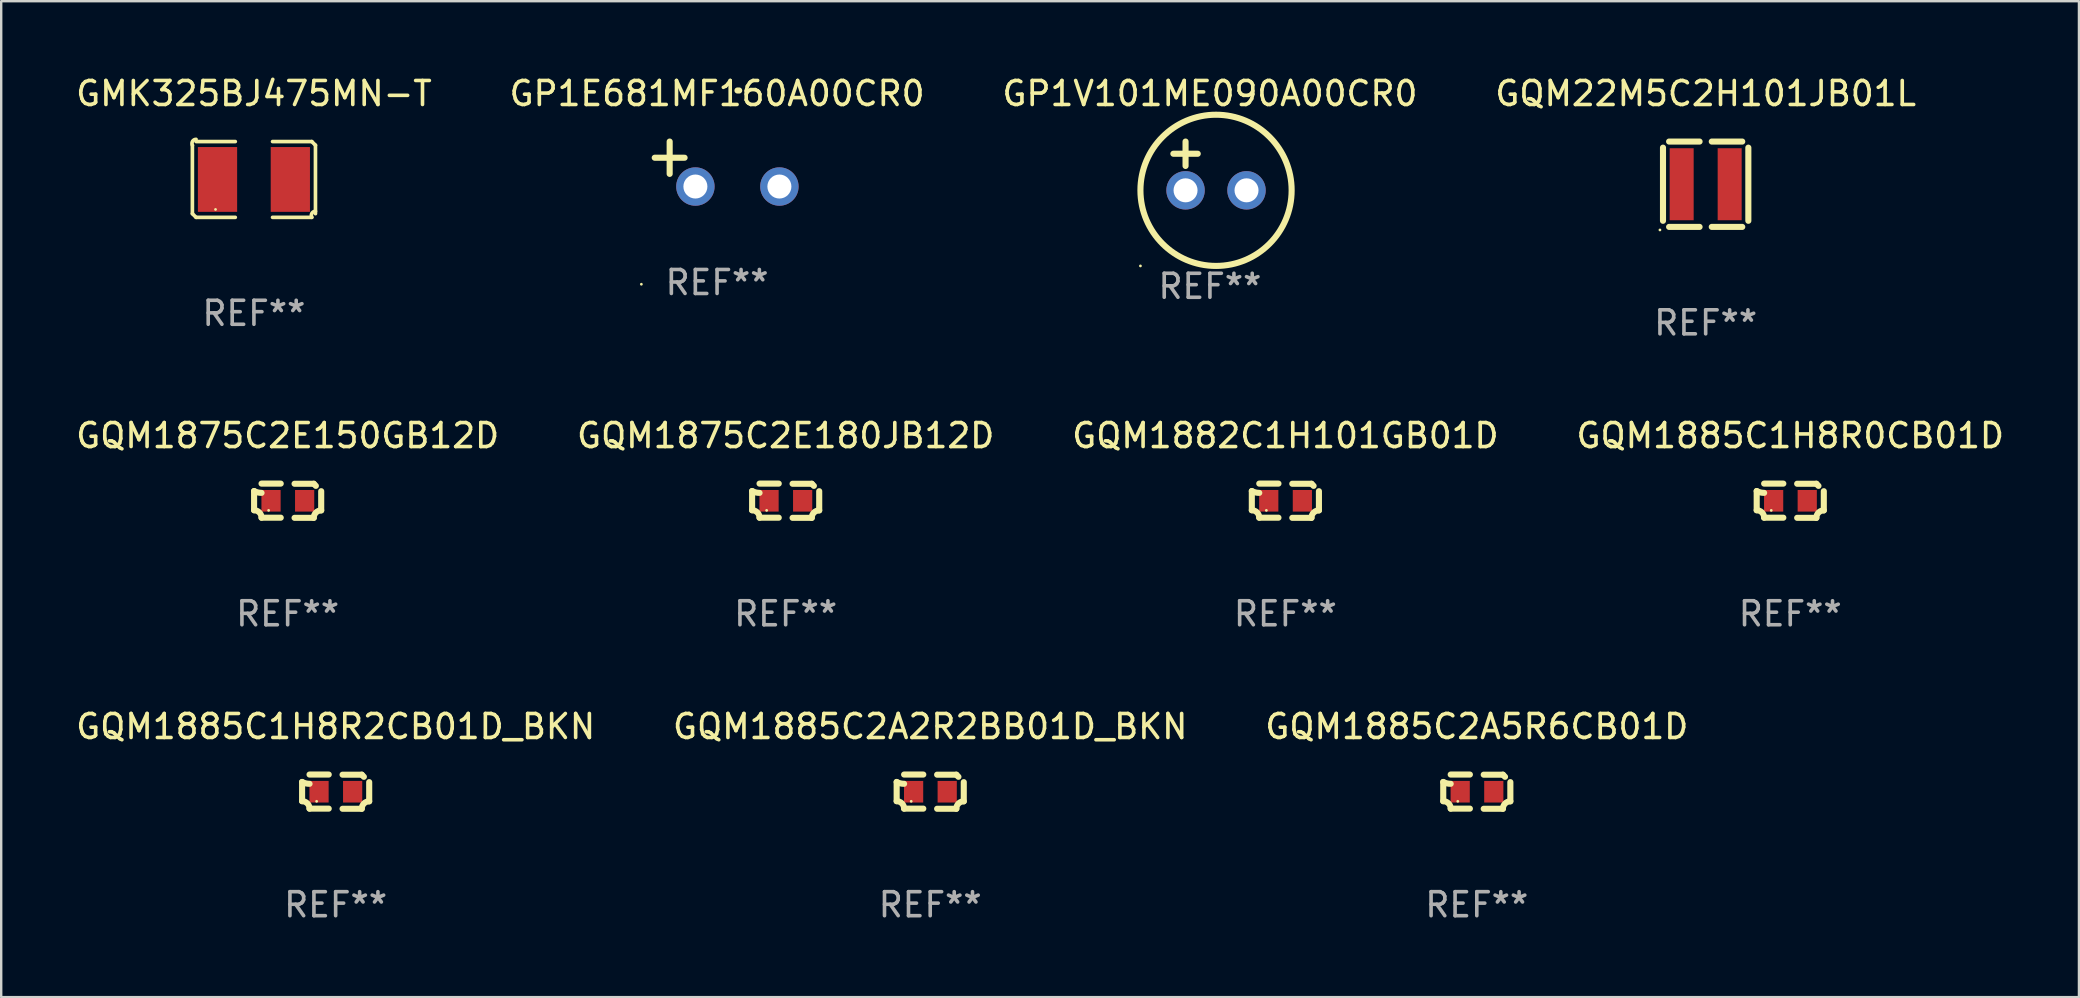
<source format=kicad_pcb>
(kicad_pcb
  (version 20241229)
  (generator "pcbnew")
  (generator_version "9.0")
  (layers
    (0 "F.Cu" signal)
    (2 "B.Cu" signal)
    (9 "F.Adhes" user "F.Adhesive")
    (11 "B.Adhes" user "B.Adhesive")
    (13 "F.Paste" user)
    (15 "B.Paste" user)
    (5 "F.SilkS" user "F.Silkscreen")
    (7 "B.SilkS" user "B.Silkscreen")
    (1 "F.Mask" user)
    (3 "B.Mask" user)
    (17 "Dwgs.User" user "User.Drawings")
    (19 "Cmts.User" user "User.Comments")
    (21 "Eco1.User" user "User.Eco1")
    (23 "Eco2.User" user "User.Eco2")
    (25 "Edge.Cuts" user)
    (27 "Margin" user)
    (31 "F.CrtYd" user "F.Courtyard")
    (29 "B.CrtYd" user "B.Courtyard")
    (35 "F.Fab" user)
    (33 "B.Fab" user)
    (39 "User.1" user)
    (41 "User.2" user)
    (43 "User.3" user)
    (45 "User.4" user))
  (footprint "GQM22M5C2H101JB01L"
    (layer "F.Cu")
    (at 68.018 4.626)
    (property "Reference" "GQM22M5C2H101JB01L" (at 0 -3.778 0) (layer "F.SilkS") (effects (font (size 1 1) (thickness 0.15))))
    (attr through_hole)
    (fp_line (start -1.778 -1.524) (end -1.778 1.524) (stroke (width 0.254) (type solid)) (layer "F.SilkS"))
    (fp_line (start -1.524 1.778) (end -0.254 1.778) (stroke (width 0.254) (type solid)) (layer "F.SilkS"))
    (fp_line (start -0.254 -1.778) (end -1.524 -1.778) (stroke (width 0.254) (type solid)) (layer "F.SilkS"))
    (fp_line (start 0.254 -1.778) (end 1.524 -1.778) (stroke (width 0.254) (type solid)) (layer "F.SilkS"))
    (fp_line (start 1.524 1.778) (end 0.254 1.778) (stroke (width 0.254) (type solid)) (layer "F.SilkS"))
    (fp_line (start 1.778 -1.524) (end 1.778 1.524) (stroke (width 0.254) (type solid)) (layer "F.SilkS"))
    (fp_circle (center -1.905 1.905) (end -1.875 1.905) (stroke (width 0.06) (type solid)) (fill no) (layer "F.SilkS"))
    (fp_text user "REF**" (at 0 5.778 0) (layer "F.Fab") (effects (font (size 1 1) (thickness 0.15))))
    (pad "1" smd rect (at -1 0) (size 1 3) (layers "F.Cu" "F.Mask" "F.Paste"))
    (pad "2" smd rect (at 1 0) (size 1 3) (layers "F.Cu" "F.Mask" "F.Paste")))
  (footprint "GQM1885C1H8R0CB01D"
    (layer "F.Cu")
    (at 71.542 17.813)
    (property "Reference" "GQM1885C1H8R0CB01D" (at 0 -2.713 0) (layer "F.SilkS") (effects (font (size 1 1) (thickness 0.15))))
    (attr through_hole)
    (fp_line (start -1.398 -0.403) (end -1.398 0.397) (stroke (width 0.254) (type solid)) (layer "F.SilkS"))
    (fp_line (start -0.288 -0.713) (end -1.088 -0.713) (stroke (width 0.254) (type solid)) (layer "F.SilkS"))
    (fp_line (start -0.288 0.707) (end -1.088 0.707) (stroke (width 0.254) (type solid)) (layer "F.SilkS"))
    (fp_line (start 0.288 -0.707) (end 1.088 -0.707) (stroke (width 0.254) (type solid)) (layer "F.SilkS"))
    (fp_line (start 0.288 0.713) (end 1.088 0.713) (stroke (width 0.254) (type solid)) (layer "F.SilkS"))
    (fp_line (start 1.398 -0.397) (end 1.398 0.403) (stroke (width 0.254) (type solid)) (layer "F.SilkS"))
    (fp_arc (start -1.397789 0.397066) (mid -1.178701 0.487826) (end -1.08796 0.706922) (stroke (width 0.254001) (type solid)) (layer "F.SilkS"))
    (fp_arc (start -1.08796 -0.327176) (mid -1.247436 -0.346384) (end -1.39779 -0.402908) (stroke (width 0.254001) (type solid)) (layer "F.SilkS"))
    (fp_arc (start 1.087909 0.712738) (mid 1.178656 0.493655) (end 1.397739 0.402908) (stroke (width 0.254001) (type solid)) (layer "F.SilkS"))
    (fp_arc (start 1.175925 -0.618926) (mid 1.131917 -0.662923) (end 1.08791 -0.706922) (stroke (width 0.254001) (type solid)) (layer "F.SilkS"))
    (fp_circle (center -0.792 0.403) (end -0.762 0.403) (stroke (width 0.06) (type solid)) (fill no) (layer "F.SilkS"))
    (fp_text user "REF**" (at 0 4.713 0) (layer "F.Fab") (effects (font (size 1 1) (thickness 0.15))))
    (pad "1" smd rect (at -0.692 0.003) (size 0.8 0.9) (layers "F.Cu" "F.Mask" "F.Paste"))
    (pad "2" smd rect (at 0.708 0.003) (size 0.8 0.9) (layers "F.Cu" "F.Mask" "F.Paste")))
  (footprint "GQM1885C2A2R2BB01D_BKN"
    (layer "F.Cu")
    (at 35.708 29.935)
    (property "Reference" "GQM1885C2A2R2BB01D_BKN" (at 0 -2.713 0) (layer "F.SilkS") (effects (font (size 1 1) (thickness 0.15))))
    (attr through_hole)
    (fp_line (start -1.398 -0.403) (end -1.398 0.397) (stroke (width 0.254) (type solid)) (layer "F.SilkS"))
    (fp_line (start -0.288 -0.713) (end -1.088 -0.713) (stroke (width 0.254) (type solid)) (layer "F.SilkS"))
    (fp_line (start -0.288 0.707) (end -1.088 0.707) (stroke (width 0.254) (type solid)) (layer "F.SilkS"))
    (fp_line (start 0.288 -0.707) (end 1.088 -0.707) (stroke (width 0.254) (type solid)) (layer "F.SilkS"))
    (fp_line (start 0.288 0.713) (end 1.088 0.713) (stroke (width 0.254) (type solid)) (layer "F.SilkS"))
    (fp_line (start 1.398 -0.397) (end 1.398 0.403) (stroke (width 0.254) (type solid)) (layer "F.SilkS"))
    (fp_arc (start -1.397789 0.397066) (mid -1.178701 0.487826) (end -1.08796 0.706922) (stroke (width 0.254001) (type solid)) (layer "F.SilkS"))
    (fp_arc (start -1.08796 -0.327176) (mid -1.247436 -0.346384) (end -1.39779 -0.402908) (stroke (width 0.254001) (type solid)) (layer "F.SilkS"))
    (fp_arc (start 1.087909 0.712738) (mid 1.178656 0.493655) (end 1.397739 0.402908) (stroke (width 0.254001) (type solid)) (layer "F.SilkS"))
    (fp_arc (start 1.175925 -0.618926) (mid 1.131917 -0.662923) (end 1.08791 -0.706922) (stroke (width 0.254001) (type solid)) (layer "F.SilkS"))
    (fp_circle (center -0.792 0.403) (end -0.762 0.403) (stroke (width 0.06) (type solid)) (fill no) (layer "F.SilkS"))
    (fp_text user "REF**" (at 0 4.713 0) (layer "F.Fab") (effects (font (size 1 1) (thickness 0.15))))
    (pad "1" smd rect (at -0.692 0.003) (size 0.8 0.9) (layers "F.Cu" "F.Mask" "F.Paste"))
    (pad "2" smd rect (at 0.708 0.003) (size 0.8 0.9) (layers "F.Cu" "F.Mask" "F.Paste")))
  (footprint "GQM1882C1H101GB01D"
    (layer "F.Cu")
    (at 50.506 17.813)
    (property "Reference" "GQM1882C1H101GB01D" (at 0 -2.713 0) (layer "F.SilkS") (effects (font (size 1 1) (thickness 0.15))))
    (attr through_hole)
    (fp_line (start -1.398 -0.403) (end -1.398 0.397) (stroke (width 0.254) (type solid)) (layer "F.SilkS"))
    (fp_line (start -0.288 -0.713) (end -1.088 -0.713) (stroke (width 0.254) (type solid)) (layer "F.SilkS"))
    (fp_line (start -0.288 0.707) (end -1.088 0.707) (stroke (width 0.254) (type solid)) (layer "F.SilkS"))
    (fp_line (start 0.288 -0.707) (end 1.088 -0.707) (stroke (width 0.254) (type solid)) (layer "F.SilkS"))
    (fp_line (start 0.288 0.713) (end 1.088 0.713) (stroke (width 0.254) (type solid)) (layer "F.SilkS"))
    (fp_line (start 1.398 -0.397) (end 1.398 0.403) (stroke (width 0.254) (type solid)) (layer "F.SilkS"))
    (fp_arc (start -1.397789 0.397066) (mid -1.178701 0.487826) (end -1.08796 0.706922) (stroke (width 0.254001) (type solid)) (layer "F.SilkS"))
    (fp_arc (start -1.08796 -0.327176) (mid -1.247436 -0.346384) (end -1.39779 -0.402908) (stroke (width 0.254001) (type solid)) (layer "F.SilkS"))
    (fp_arc (start 1.087909 0.712738) (mid 1.178656 0.493655) (end 1.397739 0.402908) (stroke (width 0.254001) (type solid)) (layer "F.SilkS"))
    (fp_arc (start 1.175925 -0.618926) (mid 1.131917 -0.662923) (end 1.08791 -0.706922) (stroke (width 0.254001) (type solid)) (layer "F.SilkS"))
    (fp_circle (center -0.792 0.403) (end -0.762 0.403) (stroke (width 0.06) (type solid)) (fill no) (layer "F.SilkS"))
    (fp_text user "REF**" (at 0 4.713 0) (layer "F.Fab") (effects (font (size 1 1) (thickness 0.15))))
    (pad "1" smd rect (at -0.692 0.003) (size 0.8 0.9) (layers "F.Cu" "F.Mask" "F.Paste"))
    (pad "2" smd rect (at 0.708 0.003) (size 0.8 0.9) (layers "F.Cu" "F.Mask" "F.Paste")))
  (footprint "GP1E681MF160A00CR0"
    (layer "F.Cu")
    (at 26.827 3.785)
    (property "Reference" "GP1E681MF160A00CR0" (at 0 -2.937 0) (layer "F.SilkS") (effects (font (size 1 1) (thickness 0.15))))
    (attr through_hole)
    (fp_line (start -1.975 0.41) (end -1.975 -0.937) (stroke (width 0.254) (type solid)) (layer "F.SilkS"))
    (fp_line (start -1.353 -0.263) (end -2.597 -0.263) (stroke (width 0.254) (type solid)) (layer "F.SilkS"))
    (fp_arc (start 0.849809 -3.063957) (mid 0.885369 -3.064114) (end 0.920929 -3.063957) (stroke (width 0.254001) (type solid)) (layer "F.SilkS"))
    (fp_circle (center -3.154 5.008) (end -3.124 5.008) (stroke (width 0.06) (type solid)) (fill no) (layer "F.SilkS"))
    (fp_text user "REF**" (at 0 4.937 0) (layer "F.Fab") (effects (font (size 1 1) (thickness 0.15))))
    (pad "1" thru_hole circle (at -0.903 0.937) (size 1.6 1.6) (drill 1) (layers "*.Cu" "*.Mask"))
    (pad "2" thru_hole circle (at 2.597 0.937) (size 1.6 1.6) (drill 1) (layers "*.Cu" "*.Mask")))
  (footprint "GMK325BJ475MN-T"
    (layer "F.Cu")
    (at 7.53 4.427)
    (property "Reference" "GMK325BJ475MN-T" (at 0 -3.579 0) (layer "F.SilkS") (effects (font (size 1 1) (thickness 0.15))))
    (attr through_hole)
    (fp_line (start -2.564 1.426) (end -2.564 -1.426) (stroke (width 0.152) (type solid)) (layer "F.SilkS"))
    (fp_line (start -2.411 -1.579) (end -0.776 -1.579) (stroke (width 0.152) (type solid)) (layer "F.SilkS"))
    (fp_line (start -0.776 1.579) (end -2.411 1.579) (stroke (width 0.152) (type solid)) (layer "F.SilkS"))
    (fp_line (start 0.776 1.579) (end 2.411 1.579) (stroke (width 0.152) (type solid)) (layer "F.SilkS"))
    (fp_line (start 2.411 -1.579) (end 0.776 -1.579) (stroke (width 0.152) (type solid)) (layer "F.SilkS"))
    (fp_line (start 2.564 1.426) (end 2.564 -1.426) (stroke (width 0.152) (type solid)) (layer "F.SilkS"))
    (fp_arc (start -2.563602 -1.426213) (mid -2.555597 -1.591233) (end -2.411201 -1.671518) (stroke (width 0.1524) (type solid)) (layer "F.SilkS"))
    (fp_arc (start -2.5636 1.426214) (mid -2.487389 1.502402) (end -2.411201 1.578613) (stroke (width 0.1524) (type solid)) (layer "F.SilkS"))
    (fp_arc (start 2.411197 -1.578618) (mid 2.487403 -1.502419) (end 2.563602 -1.426213) (stroke (width 0.1524) (type solid)) (layer "F.SilkS"))
    (fp_arc (start 2.411201 1.578613) (mid 2.416214 1.409455) (end 2.563602 1.32629) (stroke (width 0.1524) (type solid)) (layer "F.SilkS"))
    (fp_circle (center -1.6 1.25) (end -1.57 1.25) (stroke (width 0.06) (type solid)) (fill no) (layer "F.SilkS"))
    (fp_text user "REF**" (at 0 5.579 0) (layer "F.Fab") (effects (font (size 1 1) (thickness 0.15))))
    (pad "1" smd rect (at -1.517 0) (size 1.635 2.7) (layers "F.Cu" "F.Mask" "F.Paste"))
    (pad "2" smd rect (at 1.517 0) (size 1.635 2.7) (layers "F.Cu" "F.Mask" "F.Paste")))
  (footprint "GQM1885C1H8R2CB01D_BKN"
    (layer "F.Cu")
    (at 10.935 29.935)
    (property "Reference" "GQM1885C1H8R2CB01D_BKN" (at 0 -2.713 0) (layer "F.SilkS") (effects (font (size 1 1) (thickness 0.15))))
    (attr through_hole)
    (fp_line (start -1.398 -0.403) (end -1.398 0.397) (stroke (width 0.254) (type solid)) (layer "F.SilkS"))
    (fp_line (start -0.288 -0.713) (end -1.088 -0.713) (stroke (width 0.254) (type solid)) (layer "F.SilkS"))
    (fp_line (start -0.288 0.707) (end -1.088 0.707) (stroke (width 0.254) (type solid)) (layer "F.SilkS"))
    (fp_line (start 0.288 -0.707) (end 1.088 -0.707) (stroke (width 0.254) (type solid)) (layer "F.SilkS"))
    (fp_line (start 0.288 0.713) (end 1.088 0.713) (stroke (width 0.254) (type solid)) (layer "F.SilkS"))
    (fp_line (start 1.398 -0.397) (end 1.398 0.403) (stroke (width 0.254) (type solid)) (layer "F.SilkS"))
    (fp_arc (start -1.397789 0.397066) (mid -1.178701 0.487826) (end -1.08796 0.706922) (stroke (width 0.254001) (type solid)) (layer "F.SilkS"))
    (fp_arc (start -1.08796 -0.327176) (mid -1.247436 -0.346384) (end -1.39779 -0.402908) (stroke (width 0.254001) (type solid)) (layer "F.SilkS"))
    (fp_arc (start 1.087909 0.712738) (mid 1.178656 0.493655) (end 1.397739 0.402908) (stroke (width 0.254001) (type solid)) (layer "F.SilkS"))
    (fp_arc (start 1.175925 -0.618926) (mid 1.131917 -0.662923) (end 1.08791 -0.706922) (stroke (width 0.254001) (type solid)) (layer "F.SilkS"))
    (fp_circle (center -0.792 0.403) (end -0.762 0.403) (stroke (width 0.06) (type solid)) (fill no) (layer "F.SilkS"))
    (fp_text user "REF**" (at 0 4.713 0) (layer "F.Fab") (effects (font (size 1 1) (thickness 0.15))))
    (pad "1" smd rect (at -0.692 0.003) (size 0.8 0.9) (layers "F.Cu" "F.Mask" "F.Paste"))
    (pad "2" smd rect (at 0.708 0.003) (size 0.8 0.9) (layers "F.Cu" "F.Mask" "F.Paste")))
  (footprint "GQM1875C2E150GB12D"
    (layer "F.Cu")
    (at 8.935 17.813)
    (property "Reference" "GQM1875C2E150GB12D" (at 0 -2.713 0) (layer "F.SilkS") (effects (font (size 1 1) (thickness 0.15))))
    (attr through_hole)
    (fp_line (start -1.398 -0.403) (end -1.398 0.397) (stroke (width 0.254) (type solid)) (layer "F.SilkS"))
    (fp_line (start -0.288 -0.713) (end -1.088 -0.713) (stroke (width 0.254) (type solid)) (layer "F.SilkS"))
    (fp_line (start -0.288 0.707) (end -1.088 0.707) (stroke (width 0.254) (type solid)) (layer "F.SilkS"))
    (fp_line (start 0.288 -0.707) (end 1.088 -0.707) (stroke (width 0.254) (type solid)) (layer "F.SilkS"))
    (fp_line (start 0.288 0.713) (end 1.088 0.713) (stroke (width 0.254) (type solid)) (layer "F.SilkS"))
    (fp_line (start 1.398 -0.397) (end 1.398 0.403) (stroke (width 0.254) (type solid)) (layer "F.SilkS"))
    (fp_arc (start -1.397789 0.397066) (mid -1.178701 0.487826) (end -1.08796 0.706922) (stroke (width 0.254001) (type solid)) (layer "F.SilkS"))
    (fp_arc (start -1.08796 -0.327176) (mid -1.247436 -0.346384) (end -1.39779 -0.402908) (stroke (width 0.254001) (type solid)) (layer "F.SilkS"))
    (fp_arc (start 1.087909 0.712738) (mid 1.178656 0.493655) (end 1.397739 0.402908) (stroke (width 0.254001) (type solid)) (layer "F.SilkS"))
    (fp_arc (start 1.175925 -0.618926) (mid 1.131917 -0.662923) (end 1.08791 -0.706922) (stroke (width 0.254001) (type solid)) (layer "F.SilkS"))
    (fp_circle (center -0.792 0.403) (end -0.762 0.403) (stroke (width 0.06) (type solid)) (fill no) (layer "F.SilkS"))
    (fp_text user "REF**" (at 0 4.713 0) (layer "F.Fab") (effects (font (size 1 1) (thickness 0.15))))
    (pad "1" smd rect (at -0.692 0.003) (size 0.8 0.9) (layers "F.Cu" "F.Mask" "F.Paste"))
    (pad "2" smd rect (at 0.708 0.003) (size 0.8 0.9) (layers "F.Cu" "F.Mask" "F.Paste")))
  (footprint "GP1V101ME090A00CR0"
    (layer "F.Cu")
    (at 47.363 3.864)
    (property "Reference" "GP1V101ME090A00CR0" (at 0 -3.016 0) (layer "F.SilkS") (effects (font (size 1 1) (thickness 0.15))))
    (attr through_hole)
    (fp_line (start -1.524 -0.508) (end -0.508 -0.508) (stroke (width 0.254) (type solid)) (layer "F.SilkS"))
    (fp_line (start -1.016 -1.016) (end -1.016 0) (stroke (width 0.254) (type solid)) (layer "F.SilkS"))
    (fp_circle (center -2.896 4.166) (end -2.866 4.166) (stroke (width 0.06) (type solid)) (fill no) (layer "F.SilkS"))
    (fp_circle (center 0.254 1.016) (end 3.404 1.016) (stroke (width 0.254) (type solid)) (fill no) (layer "F.SilkS"))
    (fp_text user "REF**" (at 0 5.016 0) (layer "F.Fab") (effects (font (size 1 1) (thickness 0.15))))
    (pad "1" thru_hole circle (at -1.016 1.016) (size 1.6 1.6) (drill 1) (layers "*.Cu" "*.Mask"))
    (pad "2" thru_hole circle (at 1.524 1.016) (size 1.6 1.6) (drill 1) (layers "*.Cu" "*.Mask")))
  (footprint "GQM1885C2A5R6CB01D"
    (layer "F.Cu")
    (at 58.482 29.935)
    (property "Reference" "GQM1885C2A5R6CB01D" (at 0 -2.713 0) (layer "F.SilkS") (effects (font (size 1 1) (thickness 0.15))))
    (attr through_hole)
    (fp_line (start -1.398 -0.403) (end -1.398 0.397) (stroke (width 0.254) (type solid)) (layer "F.SilkS"))
    (fp_line (start -0.288 -0.713) (end -1.088 -0.713) (stroke (width 0.254) (type solid)) (layer "F.SilkS"))
    (fp_line (start -0.288 0.707) (end -1.088 0.707) (stroke (width 0.254) (type solid)) (layer "F.SilkS"))
    (fp_line (start 0.288 -0.707) (end 1.088 -0.707) (stroke (width 0.254) (type solid)) (layer "F.SilkS"))
    (fp_line (start 0.288 0.713) (end 1.088 0.713) (stroke (width 0.254) (type solid)) (layer "F.SilkS"))
    (fp_line (start 1.398 -0.397) (end 1.398 0.403) (stroke (width 0.254) (type solid)) (layer "F.SilkS"))
    (fp_arc (start -1.397789 0.397066) (mid -1.178701 0.487826) (end -1.08796 0.706922) (stroke (width 0.254001) (type solid)) (layer "F.SilkS"))
    (fp_arc (start -1.08796 -0.327176) (mid -1.247436 -0.346384) (end -1.39779 -0.402908) (stroke (width 0.254001) (type solid)) (layer "F.SilkS"))
    (fp_arc (start 1.087909 0.712738) (mid 1.178656 0.493655) (end 1.397739 0.402908) (stroke (width 0.254001) (type solid)) (layer "F.SilkS"))
    (fp_arc (start 1.175925 -0.618926) (mid 1.131917 -0.662923) (end 1.08791 -0.706922) (stroke (width 0.254001) (type solid)) (layer "F.SilkS"))
    (fp_circle (center -0.792 0.403) (end -0.762 0.403) (stroke (width 0.06) (type solid)) (fill no) (layer "F.SilkS"))
    (fp_text user "REF**" (at 0 4.713 0) (layer "F.Fab") (effects (font (size 1 1) (thickness 0.15))))
    (pad "1" smd rect (at -0.692 0.003) (size 0.8 0.9) (layers "F.Cu" "F.Mask" "F.Paste"))
    (pad "2" smd rect (at 0.708 0.003) (size 0.8 0.9) (layers "F.Cu" "F.Mask" "F.Paste")))
  (footprint "GQM1875C2E180JB12D"
    (layer "F.Cu")
    (at 29.685 17.813)
    (property "Reference" "GQM1875C2E180JB12D" (at 0 -2.713 0) (layer "F.SilkS") (effects (font (size 1 1) (thickness 0.15))))
    (attr through_hole)
    (fp_line (start -1.398 -0.403) (end -1.398 0.397) (stroke (width 0.254) (type solid)) (layer "F.SilkS"))
    (fp_line (start -0.288 -0.713) (end -1.088 -0.713) (stroke (width 0.254) (type solid)) (layer "F.SilkS"))
    (fp_line (start -0.288 0.707) (end -1.088 0.707) (stroke (width 0.254) (type solid)) (layer "F.SilkS"))
    (fp_line (start 0.288 -0.707) (end 1.088 -0.707) (stroke (width 0.254) (type solid)) (layer "F.SilkS"))
    (fp_line (start 0.288 0.713) (end 1.088 0.713) (stroke (width 0.254) (type solid)) (layer "F.SilkS"))
    (fp_line (start 1.398 -0.397) (end 1.398 0.403) (stroke (width 0.254) (type solid)) (layer "F.SilkS"))
    (fp_arc (start -1.397789 0.397066) (mid -1.178701 0.487826) (end -1.08796 0.706922) (stroke (width 0.254001) (type solid)) (layer "F.SilkS"))
    (fp_arc (start -1.08796 -0.327176) (mid -1.247436 -0.346384) (end -1.39779 -0.402908) (stroke (width 0.254001) (type solid)) (layer "F.SilkS"))
    (fp_arc (start 1.087909 0.712738) (mid 1.178656 0.493655) (end 1.397739 0.402908) (stroke (width 0.254001) (type solid)) (layer "F.SilkS"))
    (fp_arc (start 1.175925 -0.618926) (mid 1.131917 -0.662923) (end 1.08791 -0.706922) (stroke (width 0.254001) (type solid)) (layer "F.SilkS"))
    (fp_circle (center -0.792 0.403) (end -0.762 0.403) (stroke (width 0.06) (type solid)) (fill no) (layer "F.SilkS"))
    (fp_text user "REF**" (at 0 4.713 0) (layer "F.Fab") (effects (font (size 1 1) (thickness 0.15))))
    (pad "1" smd rect (at -0.692 0.003) (size 0.8 0.9) (layers "F.Cu" "F.Mask" "F.Paste"))
    (pad "2" smd rect (at 0.708 0.003) (size 0.8 0.9) (layers "F.Cu" "F.Mask" "F.Paste")))
  (gr_rect
    (start -3 -3)
    (end 83.571 38.496)
    (stroke (width 0.1) (type default))
    (fill no)
    (layer "Edge.Cuts")))
</source>
